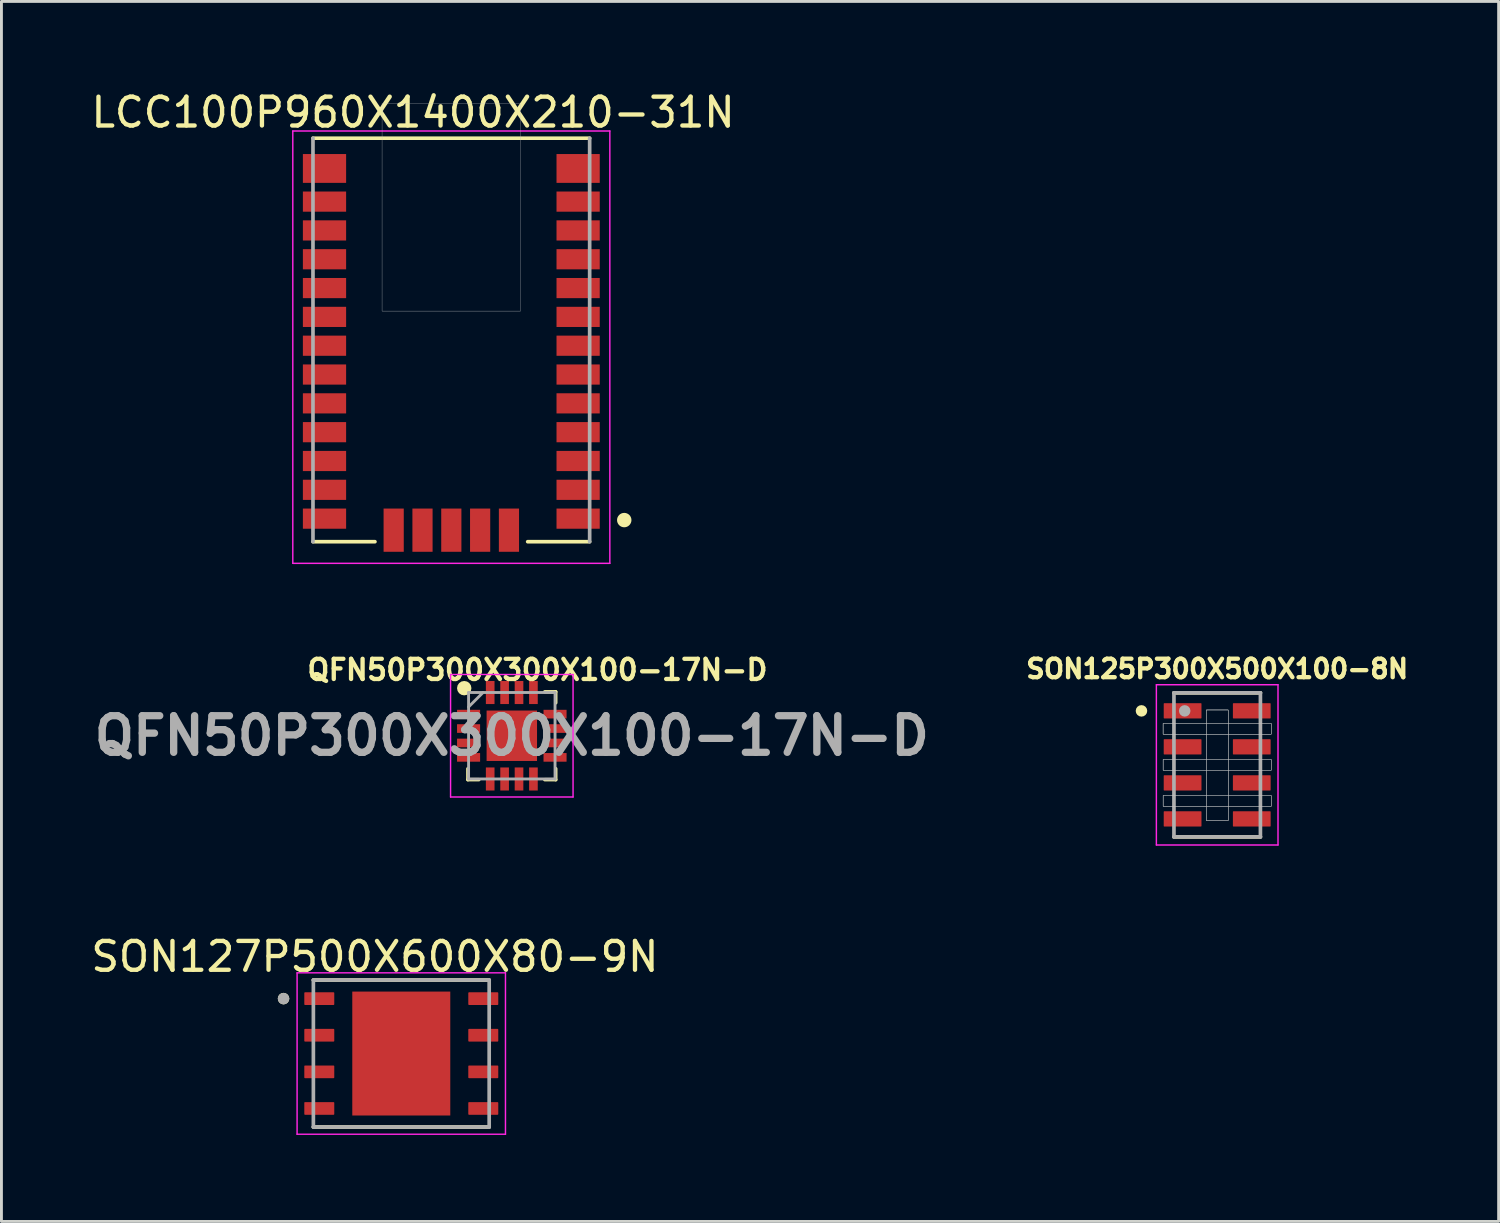
<source format=kicad_pcb>
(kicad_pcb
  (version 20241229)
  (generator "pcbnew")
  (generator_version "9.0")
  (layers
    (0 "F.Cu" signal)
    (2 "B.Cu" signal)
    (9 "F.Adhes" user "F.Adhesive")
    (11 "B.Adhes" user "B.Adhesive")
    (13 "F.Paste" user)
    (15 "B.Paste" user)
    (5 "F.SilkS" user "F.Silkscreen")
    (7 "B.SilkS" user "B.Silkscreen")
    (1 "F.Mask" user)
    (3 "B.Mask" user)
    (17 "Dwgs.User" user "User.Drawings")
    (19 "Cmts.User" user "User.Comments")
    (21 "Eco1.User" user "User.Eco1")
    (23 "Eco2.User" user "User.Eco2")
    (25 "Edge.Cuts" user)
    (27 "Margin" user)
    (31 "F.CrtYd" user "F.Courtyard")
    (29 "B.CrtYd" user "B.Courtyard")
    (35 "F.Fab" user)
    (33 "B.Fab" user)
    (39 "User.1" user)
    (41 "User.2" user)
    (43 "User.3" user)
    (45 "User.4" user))
  (footprint "QFN50P300X300X100-17N-D"
    (layer "F.Cu")
    (at 14.708 22.478)
    (property "Reference" "QFN50P300X300X100-17N-D" (at 0.889 -2.286 0) (layer "F.SilkS") (effects (font (size 0.7 0.7) (thickness 0.15))))
    (attr smd)
    (fp_line (start -1.524 1.524) (end -1.524 1.143) (stroke (width 0.12) (type solid)) (layer "F.SilkS"))
    (fp_line (start -1.143 1.524) (end -1.524 1.524) (stroke (width 0.12) (type solid)) (layer "F.SilkS"))
    (fp_line (start 1.143 -1.524) (end 1.524 -1.524) (stroke (width 0.12) (type solid)) (layer "F.SilkS"))
    (fp_line (start 1.524 -1.524) (end 1.524 -1.143) (stroke (width 0.12) (type solid)) (layer "F.SilkS"))
    (fp_line (start 1.524 1.143) (end 1.524 1.524) (stroke (width 0.12) (type solid)) (layer "F.SilkS"))
    (fp_line (start 1.524 1.524) (end 1.143 1.524) (stroke (width 0.12) (type solid)) (layer "F.SilkS"))
    (fp_circle (center -1.651 -1.651) (end -1.651 -1.526) (stroke (width 0.25) (type solid)) (fill no) (layer "F.SilkS"))
    (fp_line (start -2.125 -2.125) (end 2.125 -2.125) (stroke (width 0.05) (type solid)) (layer "F.CrtYd"))
    (fp_line (start -2.125 2.125) (end -2.125 -2.125) (stroke (width 0.05) (type solid)) (layer "F.CrtYd"))
    (fp_line (start 2.125 -2.125) (end 2.125 2.125) (stroke (width 0.05) (type solid)) (layer "F.CrtYd"))
    (fp_line (start 2.125 2.125) (end -2.125 2.125) (stroke (width 0.05) (type solid)) (layer "F.CrtYd"))
    (fp_line (start -1.5 -1.5) (end 1.5 -1.5) (stroke (width 0.1) (type solid)) (layer "F.Fab"))
    (fp_line (start -1.5 -1) (end -1 -1.5) (stroke (width 0.1) (type solid)) (layer "F.Fab"))
    (fp_line (start -1.5 1.5) (end -1.5 -1.5) (stroke (width 0.1) (type solid)) (layer "F.Fab"))
    (fp_line (start 1.5 -1.5) (end 1.5 1.5) (stroke (width 0.1) (type solid)) (layer "F.Fab"))
    (fp_line (start 1.5 1.5) (end -1.5 1.5) (stroke (width 0.1) (type solid)) (layer "F.Fab"))
    (fp_text user "${REFERENCE}" (at 0 0 0) (layer "F.Fab") (effects (font (size 1.27 1.27) (thickness 0.254))))
    (pad "1" smd rect (at -1.5 -0.75 90) (size 0.3 0.8) (layers "F.Cu" "F.Mask" "F.Paste"))
    (pad "2" smd rect (at -1.5 -0.25 90) (size 0.3 0.8) (layers "F.Cu" "F.Mask" "F.Paste"))
    (pad "3" smd rect (at -1.5 0.25 90) (size 0.3 0.8) (layers "F.Cu" "F.Mask" "F.Paste"))
    (pad "4" smd rect (at -1.5 0.75 90) (size 0.3 0.8) (layers "F.Cu" "F.Mask" "F.Paste"))
    (pad "5" smd rect (at -0.75 1.5) (size 0.3 0.8) (layers "F.Cu" "F.Mask" "F.Paste"))
    (pad "6" smd rect (at -0.25 1.5) (size 0.3 0.8) (layers "F.Cu" "F.Mask" "F.Paste"))
    (pad "7" smd rect (at 0.25 1.5) (size 0.3 0.8) (layers "F.Cu" "F.Mask" "F.Paste"))
    (pad "8" smd rect (at 0.75 1.5) (size 0.3 0.8) (layers "F.Cu" "F.Mask" "F.Paste"))
    (pad "9" smd rect (at 1.5 0.75 90) (size 0.3 0.8) (layers "F.Cu" "F.Mask" "F.Paste"))
    (pad "10" smd rect (at 1.5 0.25 90) (size 0.3 0.8) (layers "F.Cu" "F.Mask" "F.Paste"))
    (pad "11" smd rect (at 1.5 -0.25 90) (size 0.3 0.8) (layers "F.Cu" "F.Mask" "F.Paste"))
    (pad "12" smd rect (at 1.5 -0.75 90) (size 0.3 0.8) (layers "F.Cu" "F.Mask" "F.Paste"))
    (pad "13" smd rect (at 0.75 -1.5) (size 0.3 0.8) (layers "F.Cu" "F.Mask" "F.Paste"))
    (pad "14" smd rect (at 0.25 -1.5) (size 0.3 0.8) (layers "F.Cu" "F.Mask" "F.Paste"))
    (pad "15" smd rect (at -0.25 -1.5) (size 0.3 0.8) (layers "F.Cu" "F.Mask" "F.Paste"))
    (pad "16" smd rect (at -0.75 -1.5) (size 0.3 0.8) (layers "F.Cu" "F.Mask" "F.Paste"))
    (pad "17" smd rect (at 0 0) (size 1.75 1.75) (layers "F.Cu" "F.Mask" "F.Paste")))
  (footprint "SON127P500X600X80-9N"
    (layer "F.Cu")
    (at 10.873 33.504)
    (property "Reference" "SON127P500X600X80-9N" (at -0.915 -3.362 0) (layer "F.SilkS") (effects (font (size 1 1) (thickness 0.15))))
    (attr through_hole)
    (fp_line (start -3.05 -2.55) (end 3.05 -2.55) (stroke (width 0.127) (type solid)) (layer "F.SilkS"))
    (fp_line (start -3.05 2.55) (end 3.05 2.55) (stroke (width 0.127) (type solid)) (layer "F.SilkS"))
    (fp_circle (center -4.085 -1.905) (end -3.985 -1.905) (stroke (width 0.2) (type solid)) (fill no) (layer "F.SilkS"))
    (fp_poly (pts (xy -1.08 -1.36) (xy 1.08 -1.36) (xy 1.08 1.36) (xy -1.08 1.36)) (stroke (width 0.01) (type solid)) (fill yes) (layer "F.Paste"))
    (fp_line (start -3.615 -2.8) (end -3.615 2.8) (stroke (width 0.05) (type solid)) (layer "F.CrtYd"))
    (fp_line (start -3.615 -2.8) (end 3.615 -2.8) (stroke (width 0.05) (type solid)) (layer "F.CrtYd"))
    (fp_line (start -3.615 2.8) (end 3.615 2.8) (stroke (width 0.05) (type solid)) (layer "F.CrtYd"))
    (fp_line (start 3.615 -2.8) (end 3.615 2.8) (stroke (width 0.05) (type solid)) (layer "F.CrtYd"))
    (fp_line (start -3.05 -2.55) (end -3.05 2.55) (stroke (width 0.127) (type solid)) (layer "F.Fab"))
    (fp_line (start -3.05 -2.55) (end 3.05 -2.55) (stroke (width 0.127) (type solid)) (layer "F.Fab"))
    (fp_line (start -3.05 2.55) (end 3.05 2.55) (stroke (width 0.127) (type solid)) (layer "F.Fab"))
    (fp_line (start 3.05 -2.55) (end 3.05 2.55) (stroke (width 0.127) (type solid)) (layer "F.Fab"))
    (fp_circle (center -4.085 -1.905) (end -3.985 -1.905) (stroke (width 0.2) (type solid)) (fill no) (layer "F.Fab"))
    (pad "1" smd roundrect (at -2.845 -1.905) (size 1.04 0.44) (layers "F.Cu" "F.Mask" "F.Paste") (roundrect_rratio 0.06))
    (pad "2" smd roundrect (at -2.845 -0.635) (size 1.04 0.44) (layers "F.Cu" "F.Mask" "F.Paste") (roundrect_rratio 0.06))
    (pad "3" smd roundrect (at -2.845 0.635) (size 1.04 0.44) (layers "F.Cu" "F.Mask" "F.Paste") (roundrect_rratio 0.06))
    (pad "4" smd roundrect (at -2.845 1.905) (size 1.04 0.44) (layers "F.Cu" "F.Mask" "F.Paste") (roundrect_rratio 0.06))
    (pad "5" smd roundrect (at 2.845 1.905) (size 1.04 0.44) (layers "F.Cu" "F.Mask" "F.Paste") (roundrect_rratio 0.06))
    (pad "6" smd roundrect (at 2.845 0.635) (size 1.04 0.44) (layers "F.Cu" "F.Mask" "F.Paste") (roundrect_rratio 0.06))
    (pad "7" smd roundrect (at 2.845 -0.635) (size 1.04 0.44) (layers "F.Cu" "F.Mask" "F.Paste") (roundrect_rratio 0.06))
    (pad "8" smd roundrect (at 2.845 -1.905) (size 1.04 0.44) (layers "F.Cu" "F.Mask" "F.Paste") (roundrect_rratio 0.06))
    (pad "9" smd rect (at 0 0) (size 3.4 4.3) (layers "F.Cu" "F.Mask")))
  (footprint "SON125P300X500X100-8N"
    (layer "F.Cu")
    (at 39.182 23.488)
    (property "Reference" "SON125P300X500X100-8N" (at -0.000003 -3.331 0) (layer "F.SilkS") (effects (font (size 0.641 0.641) (thickness 0.15))))
    (attr through_hole)
    (fp_line (start -1.5 -2.5) (end 1.5 -2.5) (stroke (width 0.127) (type solid)) (layer "F.SilkS"))
    (fp_line (start -1.5 2.5) (end 1.5 2.5) (stroke (width 0.127) (type solid)) (layer "F.SilkS"))
    (fp_circle (center -2.627 -1.873) (end -2.527 -1.873) (stroke (width 0.2) (type solid)) (fill no) (layer "F.SilkS"))
    (fp_poly (pts (xy -1.878 -1.438) (xy 1.875 -1.438) (xy 1.875 -1.064) (xy -1.878 -1.064)) (stroke (width 0.01) (type solid)) (fill no) (layer "Dwgs.User"))
    (fp_poly (pts (xy -1.877 -1.438) (xy 1.875 -1.438) (xy 1.875 -1.064) (xy -1.877 -1.064)) (stroke (width 0.01) (type solid)) (fill no) (layer "Dwgs.User"))
    (fp_poly (pts (xy -1.877 -0.188) (xy 1.875 -0.188) (xy 1.875 0.188) (xy -1.877 0.188)) (stroke (width 0.01) (type solid)) (fill no) (layer "Dwgs.User"))
    (fp_poly (pts (xy -1.877 1.062) (xy 1.875 1.062) (xy 1.875 1.439) (xy -1.877 1.439)) (stroke (width 0.01) (type solid)) (fill no) (layer "Dwgs.User"))
    (fp_poly (pts (xy -1.877 -1.438) (xy 1.875 -1.438) (xy 1.875 -1.063) (xy -1.877 -1.063)) (stroke (width 0.01) (type solid)) (fill no) (layer "Dwgs.User"))
    (fp_poly (pts (xy -1.877 -0.188) (xy 1.875 -0.188) (xy 1.875 0.188) (xy -1.877 0.188)) (stroke (width 0.01) (type solid)) (fill no) (layer "Dwgs.User"))
    (fp_poly (pts (xy -1.877 1.062) (xy 1.875 1.062) (xy 1.875 1.439) (xy -1.877 1.439)) (stroke (width 0.01) (type solid)) (fill no) (layer "Dwgs.User"))
    (fp_poly (pts (xy -1.876 -0.188) (xy 1.875 -0.188) (xy 1.875 0.188) (xy -1.876 0.188)) (stroke (width 0.01) (type solid)) (fill no) (layer "Dwgs.User"))
    (fp_poly (pts (xy -1.875 1.062) (xy 1.875 1.062) (xy 1.875 1.438) (xy -1.875 1.438)) (stroke (width 0.01) (type solid)) (fill no) (layer "Dwgs.User"))
    (fp_poly (pts (xy -0.376 -1.905) (xy 0.381 -1.905) (xy 0.381 1.937) (xy -0.376 1.937)) (stroke (width 0.01) (type solid)) (fill no) (layer "Dwgs.User"))
    (fp_poly (pts (xy -0.375 -1.905) (xy 0.381 -1.905) (xy 0.381 1.936) (xy -0.375 1.936)) (stroke (width 0.01) (type solid)) (fill no) (layer "Dwgs.User"))
    (fp_poly (pts (xy -0.375 -1.905) (xy 0.381 -1.905) (xy 0.381 1.934) (xy -0.375 1.934)) (stroke (width 0.01) (type solid)) (fill no) (layer "Dwgs.User"))
    (fp_line (start -2.11 -2.78) (end -2.11 2.78) (stroke (width 0.05) (type solid)) (layer "F.CrtYd"))
    (fp_line (start -2.11 2.78) (end 2.11 2.78) (stroke (width 0.05) (type solid)) (layer "F.CrtYd"))
    (fp_line (start 2.11 -2.78) (end -2.11 -2.78) (stroke (width 0.05) (type solid)) (layer "F.CrtYd"))
    (fp_line (start 2.11 2.78) (end 2.11 -2.78) (stroke (width 0.05) (type solid)) (layer "F.CrtYd"))
    (fp_line (start -1.5 -2.5) (end -1.5 2.5) (stroke (width 0.127) (type solid)) (layer "F.Fab"))
    (fp_line (start -1.5 2.5) (end 1.5 2.5) (stroke (width 0.127) (type solid)) (layer "F.Fab"))
    (fp_line (start 1.5 -2.5) (end -1.5 -2.5) (stroke (width 0.127) (type solid)) (layer "F.Fab"))
    (fp_line (start 1.5 2.5) (end 1.5 -2.5) (stroke (width 0.127) (type solid)) (layer "F.Fab"))
    (fp_circle (center -1.127 -1.873) (end -1.027 -1.873) (stroke (width 0.2) (type solid)) (fill no) (layer "F.Fab"))
    (pad "1" smd roundrect (at -1.2 -1.875) (size 1.31 0.53) (layers "F.Cu" "F.Mask" "F.Paste") (roundrect_rratio 0.04))
    (pad "2" smd roundrect (at -1.2 -0.625) (size 1.31 0.53) (layers "F.Cu" "F.Mask" "F.Paste") (roundrect_rratio 0.04))
    (pad "3" smd roundrect (at -1.2 0.625) (size 1.31 0.53) (layers "F.Cu" "F.Mask" "F.Paste") (roundrect_rratio 0.04))
    (pad "4" smd roundrect (at -1.2 1.875) (size 1.31 0.53) (layers "F.Cu" "F.Mask" "F.Paste") (roundrect_rratio 0.04))
    (pad "5" smd roundrect (at 1.2 1.875) (size 1.31 0.53) (layers "F.Cu" "F.Mask" "F.Paste") (roundrect_rratio 0.04))
    (pad "6" smd roundrect (at 1.2 0.625) (size 1.31 0.53) (layers "F.Cu" "F.Mask" "F.Paste") (roundrect_rratio 0.04))
    (pad "7" smd roundrect (at 1.2 -0.625) (size 1.31 0.53) (layers "F.Cu" "F.Mask" "F.Paste") (roundrect_rratio 0.04))
    (pad "8" smd roundrect (at 1.2 -1.875) (size 1.31 0.53) (layers "F.Cu" "F.Mask" "F.Paste") (roundrect_rratio 0.04)))
  (footprint "LCC100P960X1400X210-31N"
    (layer "F.Cu")
    (at 12.609 8.745)
    (property "Reference" "LCC100P960X1400X210-31N" (at -1.327 -7.896 0) (layer "F.SilkS") (effects (font (size 1.001 1.001) (thickness 0.15))))
    (attr through_hole)
    (fp_line (start -4.8 -7) (end 4.8 -7) (stroke (width 0.127) (type solid)) (layer "F.SilkS"))
    (fp_line (start -2.65 7) (end -4.8 7) (stroke (width 0.127) (type solid)) (layer "F.SilkS"))
    (fp_line (start 4.8 7) (end 2.65 7) (stroke (width 0.127) (type solid)) (layer "F.SilkS"))
    (fp_circle (center 6 6.25) (end 6.25 6.25) (stroke (width 0) (type solid)) (fill yes) (layer "F.SilkS"))
    (fp_poly (pts (xy -2.403 -8.2) (xy 2.4 -8.2) (xy 2.4 -1.001) (xy -2.403 -1.001)) (stroke (width 0.01) (type solid)) (fill no) (layer "Dwgs.User"))
    (fp_line (start -5.5 -7.25) (end 5.5 -7.25) (stroke (width 0.05) (type solid)) (layer "F.CrtYd"))
    (fp_line (start -5.5 7.75) (end -5.5 -7.25) (stroke (width 0.05) (type solid)) (layer "F.CrtYd"))
    (fp_line (start 5.5 -7.25) (end 5.5 7.75) (stroke (width 0.05) (type solid)) (layer "F.CrtYd"))
    (fp_line (start 5.5 7.75) (end -5.5 7.75) (stroke (width 0.05) (type solid)) (layer "F.CrtYd"))
    (fp_line (start -4.8 7) (end -4.8 -7) (stroke (width 0.127) (type solid)) (layer "F.Fab"))
    (fp_line (start 4.8 -7) (end 4.8 7) (stroke (width 0.127) (type solid)) (layer "F.Fab"))
    (pad "1" smd rect (at 4.4 6.2 180) (size 1.5 0.7) (layers "F.Cu" "F.Mask" "F.Paste"))
    (pad "2" smd rect (at 4.4 5.2 180) (size 1.5 0.7) (layers "F.Cu" "F.Mask" "F.Paste"))
    (pad "3" smd rect (at 4.4 4.2 180) (size 1.5 0.7) (layers "F.Cu" "F.Mask" "F.Paste"))
    (pad "4" smd rect (at 4.4 3.2 180) (size 1.5 0.7) (layers "F.Cu" "F.Mask" "F.Paste"))
    (pad "5" smd rect (at 4.4 2.2 180) (size 1.5 0.7) (layers "F.Cu" "F.Mask" "F.Paste"))
    (pad "6" smd rect (at 4.4 1.2 180) (size 1.5 0.7) (layers "F.Cu" "F.Mask" "F.Paste"))
    (pad "7" smd rect (at 4.4 0.2 180) (size 1.5 0.7) (layers "F.Cu" "F.Mask" "F.Paste"))
    (pad "8" smd rect (at 4.4 -0.8 180) (size 1.5 0.7) (layers "F.Cu" "F.Mask" "F.Paste"))
    (pad "9" smd rect (at 4.4 -1.8 180) (size 1.5 0.7) (layers "F.Cu" "F.Mask" "F.Paste"))
    (pad "10" smd rect (at 4.4 -2.8 180) (size 1.5 0.7) (layers "F.Cu" "F.Mask" "F.Paste"))
    (pad "11" smd rect (at 4.4 -3.8 180) (size 1.5 0.7) (layers "F.Cu" "F.Mask" "F.Paste"))
    (pad "12" smd rect (at 4.4 -4.8 180) (size 1.5 0.7) (layers "F.Cu" "F.Mask" "F.Paste"))
    (pad "13" smd rect (at 4.4 -5.95 180) (size 1.5 1) (layers "F.Cu" "F.Mask" "F.Paste"))
    (pad "14" smd rect (at -4.4 -5.95 180) (size 1.5 1) (layers "F.Cu" "F.Mask" "F.Paste"))
    (pad "15" smd rect (at -4.4 -4.8 180) (size 1.5 0.7) (layers "F.Cu" "F.Mask" "F.Paste"))
    (pad "16" smd rect (at -4.4 -3.8 180) (size 1.5 0.7) (layers "F.Cu" "F.Mask" "F.Paste"))
    (pad "17" smd rect (at -4.4 -2.8 180) (size 1.5 0.7) (layers "F.Cu" "F.Mask" "F.Paste"))
    (pad "18" smd rect (at -4.4 -1.8 180) (size 1.5 0.7) (layers "F.Cu" "F.Mask" "F.Paste"))
    (pad "19" smd rect (at -4.4 -0.8 180) (size 1.5 0.7) (layers "F.Cu" "F.Mask" "F.Paste"))
    (pad "20" smd rect (at -4.4 0.2 180) (size 1.5 0.7) (layers "F.Cu" "F.Mask" "F.Paste"))
    (pad "21" smd rect (at -4.4 1.2 180) (size 1.5 0.7) (layers "F.Cu" "F.Mask" "F.Paste"))
    (pad "22" smd rect (at -4.4 2.2 180) (size 1.5 0.7) (layers "F.Cu" "F.Mask" "F.Paste"))
    (pad "23" smd rect (at -4.4 3.2 180) (size 1.5 0.7) (layers "F.Cu" "F.Mask" "F.Paste"))
    (pad "24" smd rect (at -4.4 4.2 180) (size 1.5 0.7) (layers "F.Cu" "F.Mask" "F.Paste"))
    (pad "25" smd rect (at -4.4 5.2 180) (size 1.5 0.7) (layers "F.Cu" "F.Mask" "F.Paste"))
    (pad "26" smd rect (at -4.4 6.2 180) (size 1.5 0.7) (layers "F.Cu" "F.Mask" "F.Paste"))
    (pad "27" smd rect (at -2 6.6 90) (size 1.5 0.7) (layers "F.Cu" "F.Mask" "F.Paste"))
    (pad "28" smd rect (at -1 6.6 90) (size 1.5 0.7) (layers "F.Cu" "F.Mask" "F.Paste"))
    (pad "29" smd rect (at 0 6.6 90) (size 1.5 0.7) (layers "F.Cu" "F.Mask" "F.Paste"))
    (pad "30" smd rect (at 1 6.6 90) (size 1.5 0.7) (layers "F.Cu" "F.Mask" "F.Paste"))
    (pad "31" smd rect (at 2 6.6 90) (size 1.5 0.7) (layers "F.Cu" "F.Mask" "F.Paste")))
  (gr_rect
    (start -3 -3)
    (end 48.947 39.329)
    (stroke (width 0.1) (type default))
    (fill no)
    (layer "Edge.Cuts")))
</source>
